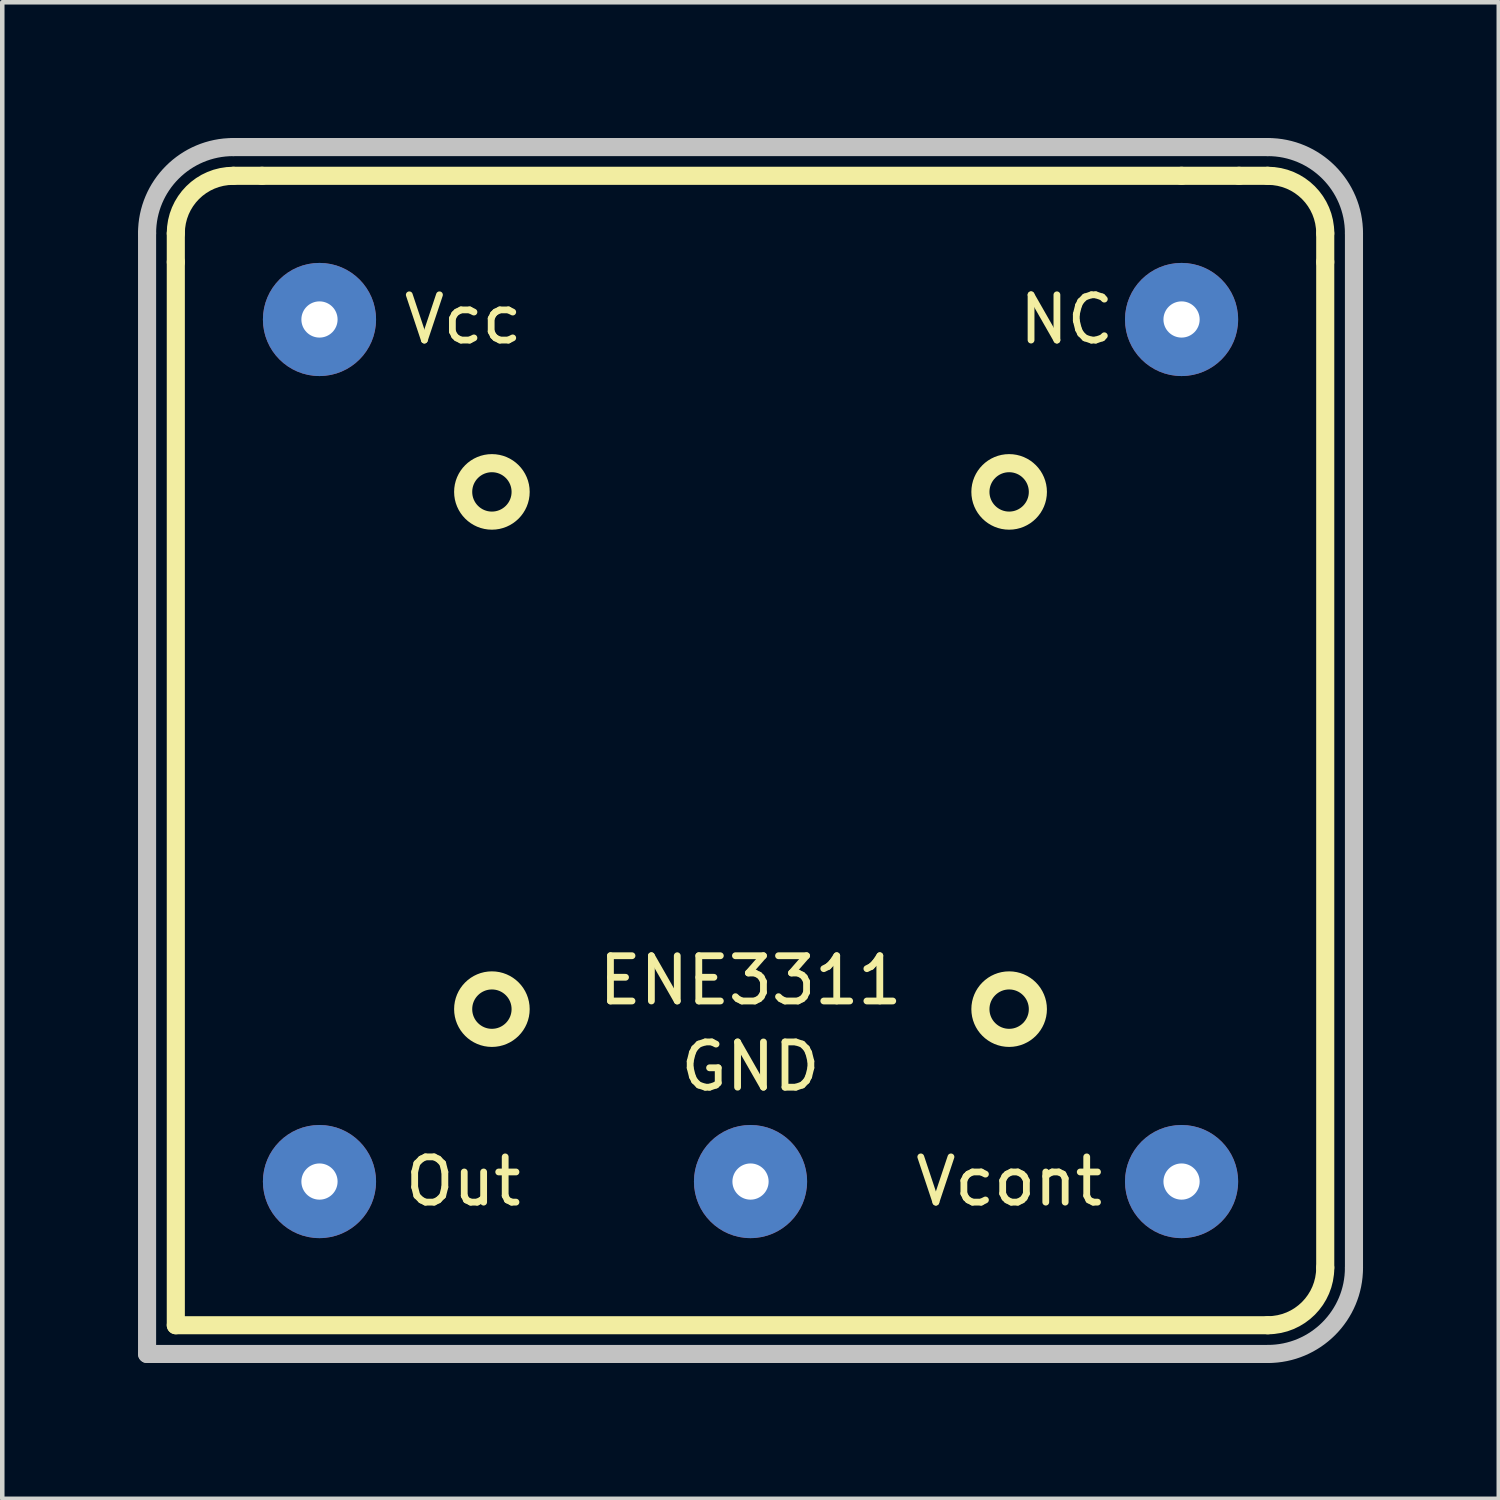
<source format=kicad_pcb>
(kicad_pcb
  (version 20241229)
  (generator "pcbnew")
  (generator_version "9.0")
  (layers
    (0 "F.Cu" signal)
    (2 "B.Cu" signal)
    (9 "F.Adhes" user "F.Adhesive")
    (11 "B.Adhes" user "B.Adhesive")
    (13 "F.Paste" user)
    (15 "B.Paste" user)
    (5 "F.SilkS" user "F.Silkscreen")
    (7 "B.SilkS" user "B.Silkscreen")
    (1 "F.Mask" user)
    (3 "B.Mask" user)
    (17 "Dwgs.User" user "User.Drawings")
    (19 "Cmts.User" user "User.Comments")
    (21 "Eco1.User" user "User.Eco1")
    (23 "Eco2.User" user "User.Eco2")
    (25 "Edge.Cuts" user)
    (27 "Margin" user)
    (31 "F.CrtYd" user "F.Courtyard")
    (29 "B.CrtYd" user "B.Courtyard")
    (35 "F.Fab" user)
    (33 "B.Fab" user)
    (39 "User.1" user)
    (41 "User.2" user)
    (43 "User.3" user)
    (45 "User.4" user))
  (footprint "ENE3311"
    (layer "F.Cu")
    (at 13.535 13.535)
    (property "Reference" "ENE3311" (at 0 5.08 0) (layer "F.SilkS") (effects (font (size 1 1) (thickness 0.15))))
    (attr through_hole)
    (fp_line (start -12.7 -10.795) (end -12.7 -11.43) (stroke (width 0.4) (type solid)) (layer "F.SilkS"))
    (fp_line (start -12.7 -10.795) (end -12.7 12.7) (stroke (width 0.4) (type solid)) (layer "F.SilkS"))
    (fp_line (start -12.7 12.7) (end 11.43 12.7) (stroke (width 0.4) (type solid)) (layer "F.SilkS"))
    (fp_line (start -11.43 -12.7) (end -10.795 -12.7) (stroke (width 0.4) (type solid)) (layer "F.SilkS"))
    (fp_line (start 9.525 -12.7) (end -10.795 -12.7) (stroke (width 0.4) (type solid)) (layer "F.SilkS"))
    (fp_line (start 9.525 -12.7) (end 10.795 -12.7) (stroke (width 0.4) (type solid)) (layer "F.SilkS"))
    (fp_line (start 11.43 -12.7) (end 10.795 -12.7) (stroke (width 0.4) (type solid)) (layer "F.SilkS"))
    (fp_line (start 12.7 -10.795) (end 12.7 -11.43) (stroke (width 0.4) (type solid)) (layer "F.SilkS"))
    (fp_line (start 12.7 11.43) (end 12.7 -10.795) (stroke (width 0.4) (type solid)) (layer "F.SilkS"))
    (fp_arc (start -12.7 -11.43) (mid -12.328026 -12.328026) (end -11.43 -12.7) (stroke (width 0.4) (type solid)) (layer "F.SilkS"))
    (fp_arc (start 11.43 -12.7) (mid 12.328026 -12.328026) (end 12.7 -11.43) (stroke (width 0.4) (type solid)) (layer "F.SilkS"))
    (fp_arc (start 12.7 11.43) (mid 12.328026 12.328026) (end 11.43 12.7) (stroke (width 0.4) (type solid)) (layer "F.SilkS"))
    (fp_circle (center -5.715 -5.715) (end -5.08 -5.715) (stroke (width 0.4) (type solid)) (fill no) (layer "F.SilkS"))
    (fp_circle (center -5.715 5.715) (end -5.08 5.715) (stroke (width 0.4) (type solid)) (fill no) (layer "F.SilkS"))
    (fp_circle (center 5.715 -5.715) (end 6.35 -5.715) (stroke (width 0.4) (type solid)) (fill no) (layer "F.SilkS"))
    (fp_circle (center 5.715 5.715) (end 6.35 5.715) (stroke (width 0.4) (type solid)) (fill no) (layer "F.SilkS"))
    (fp_line (start -13.335 13.335) (end -13.335 -11.43) (stroke (width 0.4) (type solid)) (layer "Dwgs.User"))
    (fp_line (start -11.43 -13.335) (end 11.43 -13.335) (stroke (width 0.4) (type solid)) (layer "Dwgs.User"))
    (fp_line (start 11.43 13.335) (end -13.335 13.335) (stroke (width 0.4) (type solid)) (layer "Dwgs.User"))
    (fp_line (start 13.335 -11.43) (end 13.335 11.43) (stroke (width 0.4) (type solid)) (layer "Dwgs.User"))
    (fp_arc (start -13.335 -11.43) (mid -12.777038 -12.777038) (end -11.43 -13.335) (stroke (width 0.4) (type solid)) (layer "Dwgs.User"))
    (fp_arc (start 11.43 -13.335) (mid 12.777038 -12.777038) (end 13.335 -11.43) (stroke (width 0.4) (type solid)) (layer "Dwgs.User"))
    (fp_arc (start 13.335 11.43) (mid 12.777038 12.777038) (end 11.43 13.335) (stroke (width 0.4) (type solid)) (layer "Dwgs.User"))
    (fp_text user "Vcont" (at 5.715 9.525 0) (layer "F.SilkS") (effects (font (size 1 1) (thickness 0.15))))
    (fp_text user "Vcc" (at -6.35 -9.525 0) (layer "F.SilkS") (effects (font (size 1 1) (thickness 0.15))))
    (fp_text user "NC" (at 6.985 -9.525 0) (layer "F.SilkS") (effects (font (size 1 1) (thickness 0.15))))
    (fp_text user "Out" (at -6.35 9.525 0) (layer "F.SilkS") (effects (font (size 1 1) (thickness 0.15))))
    (fp_text user "GND" (at 0 6.985 0) (layer "F.SilkS") (effects (font (size 1 1) (thickness 0.15))))
    (pad "1" thru_hole circle (at -9.525 9.525) (size 2.5 2.5) (drill 0.8) (layers "*.Cu" "*.Mask"))
    (pad "2" thru_hole circle (at 0 9.525) (size 2.5 2.5) (drill 0.8) (layers "*.Cu" "*.Mask"))
    (pad "3" thru_hole circle (at 9.525 9.525) (size 2.5 2.5) (drill 0.8) (layers "*.Cu" "*.Mask"))
    (pad "4" thru_hole circle (at 9.525 -9.525) (size 2.5 2.5) (drill 0.8) (layers "*.Cu" "*.Mask"))
    (pad "5" thru_hole circle (at -9.525 -9.525) (size 2.5 2.5) (drill 0.8) (layers "*.Cu" "*.Mask")))
  (gr_rect
    (start -3 -3)
    (end 30.07 30.07)
    (stroke (width 0.1) (type default))
    (fill no)
    (layer "Edge.Cuts")))
</source>
